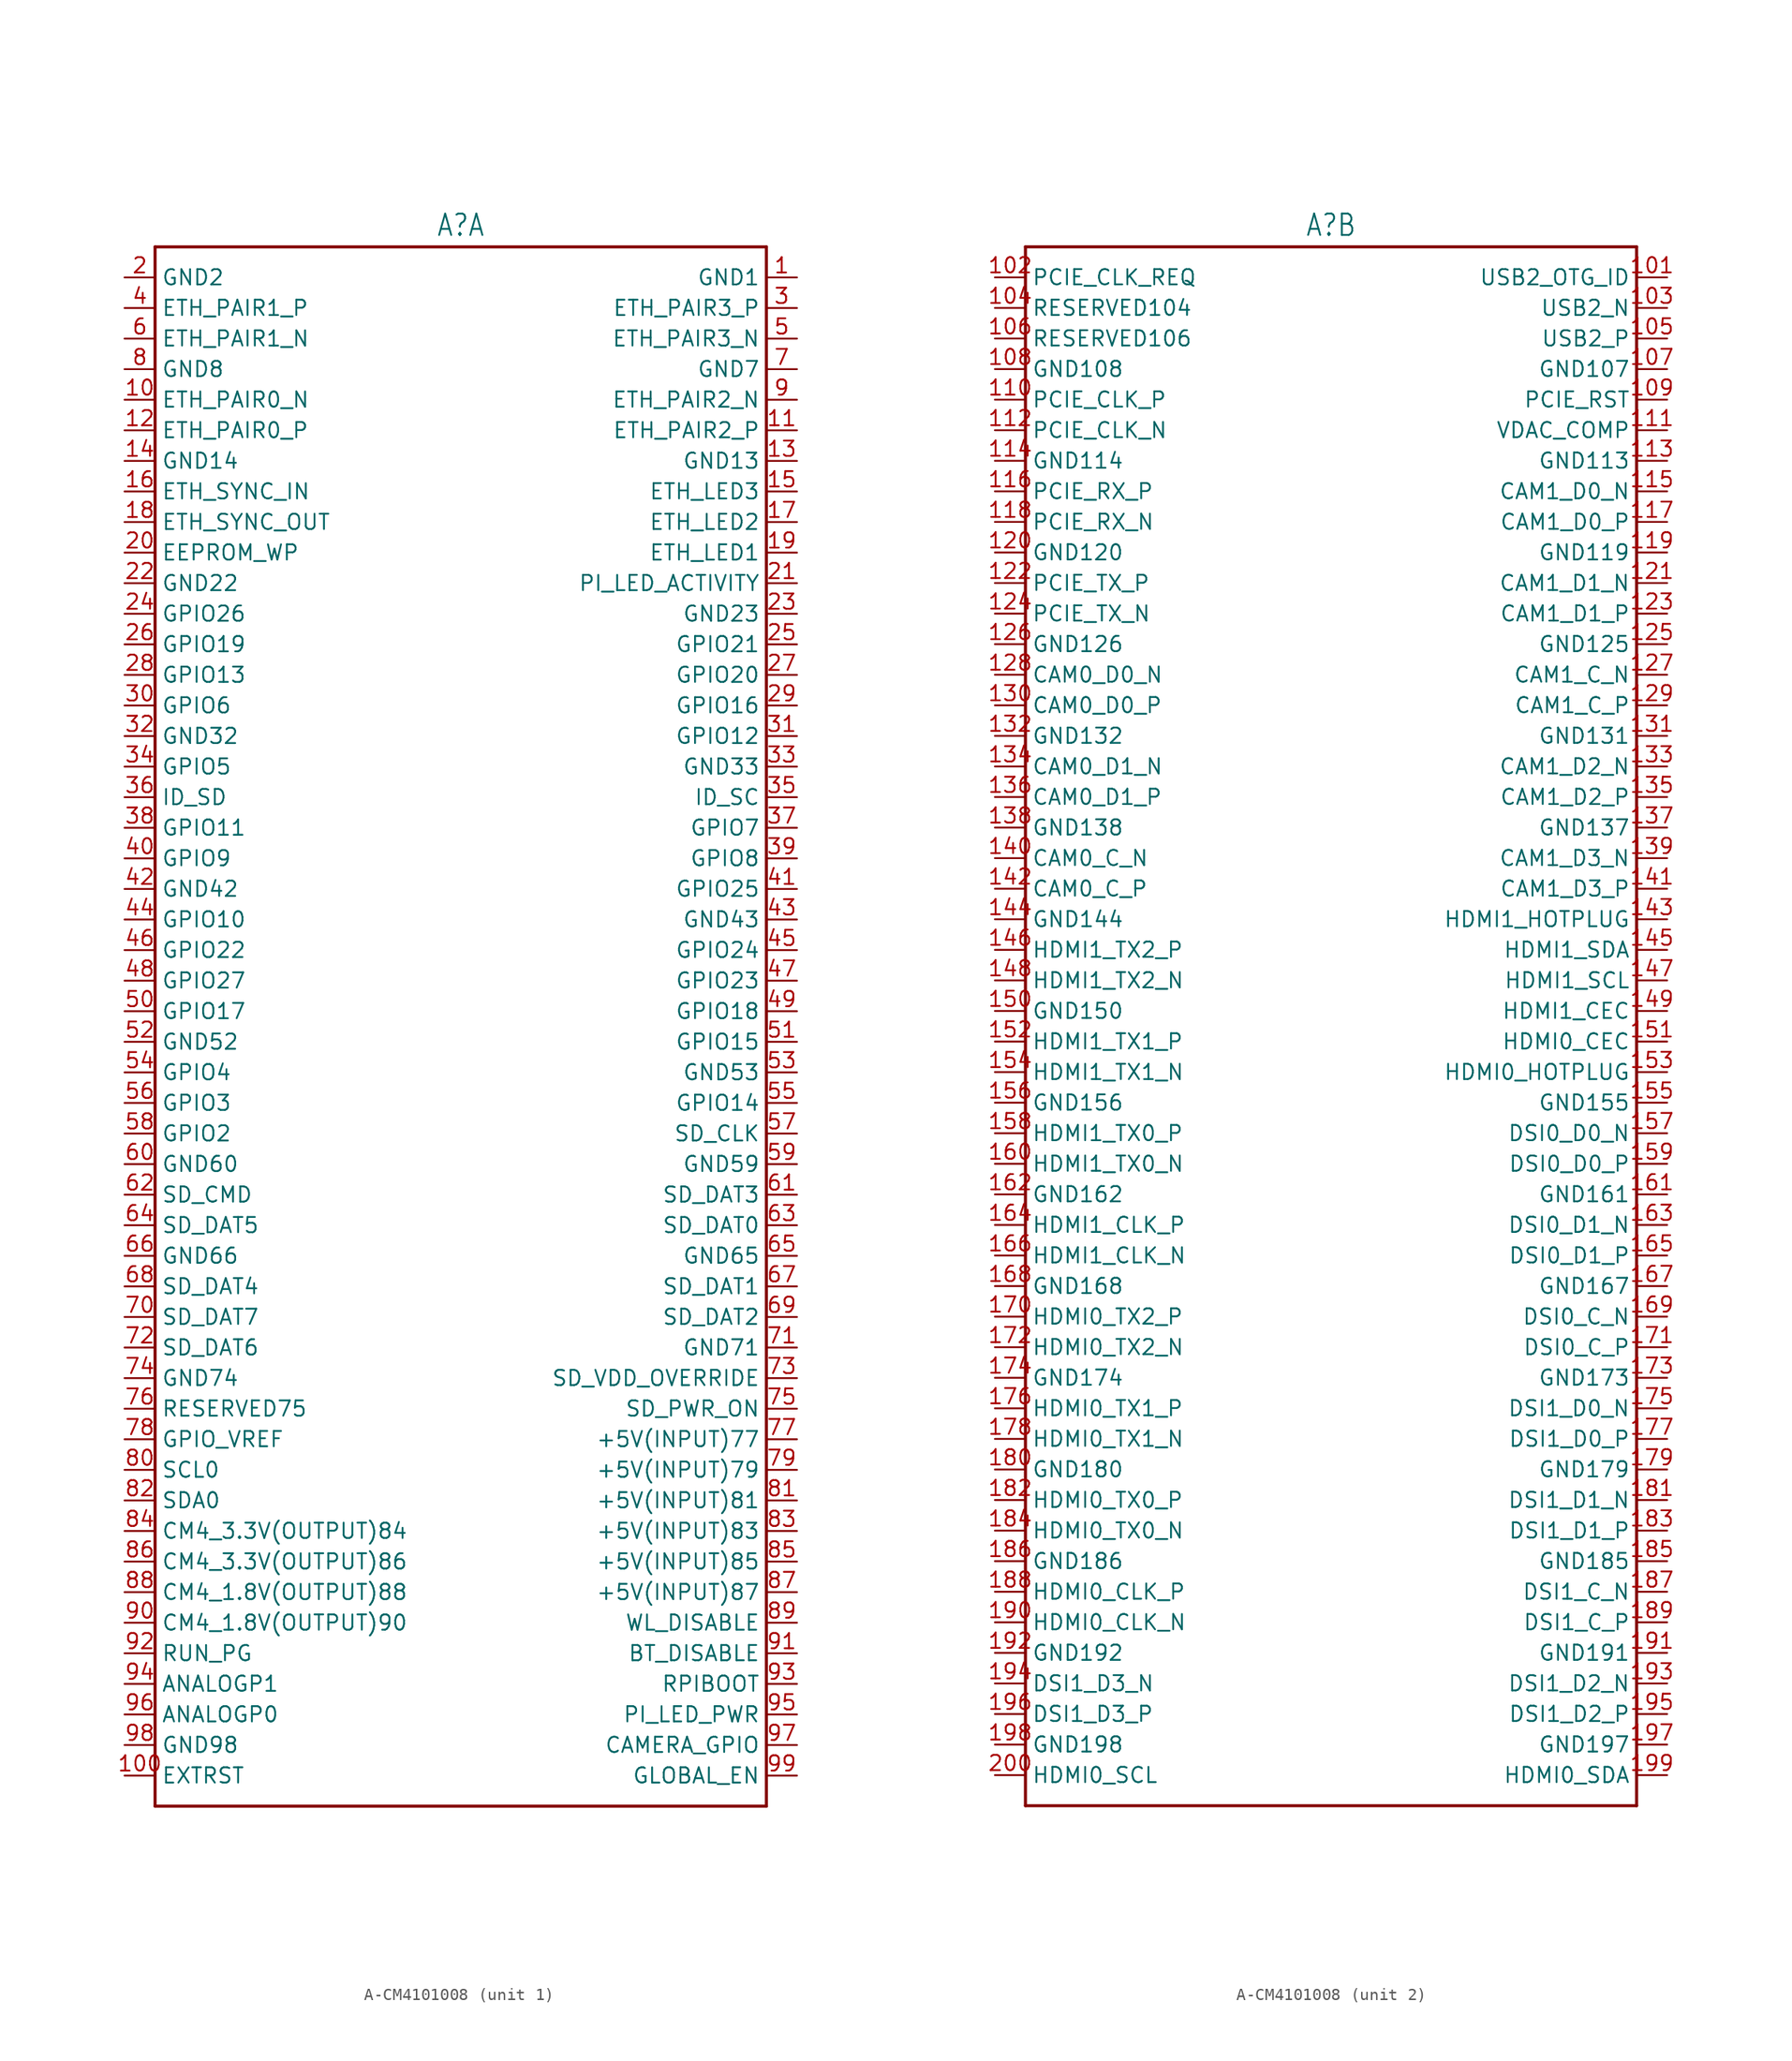
<source format=kicad_sym>
(kicad_symbol_lib
  (version 20231120)
  (generator "kicad_symbol_editor")
  (generator_version "8.0")
  (symbol "A-CM4101008"
    (property "Reference" "A"
      (at 0 66.802 0)
      (effects (font (size 1.778 1.511)) (justify bottom)))
    (property "Value" ""
      (at 0 -64.262 0)
      (effects (font (size 1.778 1.511)) (justify top)))
    (property "ki_locked" ""
      (at 0 0 0)
      (effects (font (size 1.27 1.27))))
    (symbol "A-CM4101008_1_0"
      (polyline (pts (xy -25.4 -63.5) (xy -25.4 66.04)) (stroke (width 0.254) (type solid)) (fill (type none)))
      (polyline (pts (xy -25.4 66.04) (xy 25.4 66.04)) (stroke (width 0.254) (type solid)) (fill (type none)))
      (polyline (pts (xy 25.4 -63.5) (xy -25.4 -63.5)) (stroke (width 0.254) (type solid)) (fill (type none)))
      (polyline (pts (xy 25.4 66.04) (xy 25.4 -63.5)) (stroke (width 0.254) (type solid)) (fill (type none)))
      (pin passive line (at 27.94 63.5 180) (length 2.54) (name "GND1" (effects (font (size 1.27 1.27)))) (number "1" (effects (font (size 1.27 1.27)))))
      (pin passive line (at -27.94 53.34 0) (length 2.54) (name "ETH_PAIR0_N" (effects (font (size 1.27 1.27)))) (number "10" (effects (font (size 1.27 1.27)))))
      (pin passive line (at -27.94 -60.96 0) (length 2.54) (name "EXTRST" (effects (font (size 1.27 1.27)))) (number "100" (effects (font (size 1.27 1.27)))))
      (pin passive line (at 27.94 50.8 180) (length 2.54) (name "ETH_PAIR2_P" (effects (font (size 1.27 1.27)))) (number "11" (effects (font (size 1.27 1.27)))))
      (pin passive line (at -27.94 50.8 0) (length 2.54) (name "ETH_PAIR0_P" (effects (font (size 1.27 1.27)))) (number "12" (effects (font (size 1.27 1.27)))))
      (pin passive line (at 27.94 48.26 180) (length 2.54) (name "GND13" (effects (font (size 1.27 1.27)))) (number "13" (effects (font (size 1.27 1.27)))))
      (pin passive line (at -27.94 48.26 0) (length 2.54) (name "GND14" (effects (font (size 1.27 1.27)))) (number "14" (effects (font (size 1.27 1.27)))))
      (pin passive line (at 27.94 45.72 180) (length 2.54) (name "ETH_LED3" (effects (font (size 1.27 1.27)))) (number "15" (effects (font (size 1.27 1.27)))))
      (pin passive line (at -27.94 45.72 0) (length 2.54) (name "ETH_SYNC_IN" (effects (font (size 1.27 1.27)))) (number "16" (effects (font (size 1.27 1.27)))))
      (pin passive line (at 27.94 43.18 180) (length 2.54) (name "ETH_LED2" (effects (font (size 1.27 1.27)))) (number "17" (effects (font (size 1.27 1.27)))))
      (pin passive line (at -27.94 43.18 0) (length 2.54) (name "ETH_SYNC_OUT" (effects (font (size 1.27 1.27)))) (number "18" (effects (font (size 1.27 1.27)))))
      (pin passive line (at 27.94 40.64 180) (length 2.54) (name "ETH_LED1" (effects (font (size 1.27 1.27)))) (number "19" (effects (font (size 1.27 1.27)))))
      (pin passive line (at -27.94 63.5 0) (length 2.54) (name "GND2" (effects (font (size 1.27 1.27)))) (number "2" (effects (font (size 1.27 1.27)))))
      (pin passive line (at -27.94 40.64 0) (length 2.54) (name "EEPROM_WP" (effects (font (size 1.27 1.27)))) (number "20" (effects (font (size 1.27 1.27)))))
      (pin passive line (at 27.94 38.1 180) (length 2.54) (name "PI_LED_ACTIVITY" (effects (font (size 1.27 1.27)))) (number "21" (effects (font (size 1.27 1.27)))))
      (pin passive line (at -27.94 38.1 0) (length 2.54) (name "GND22" (effects (font (size 1.27 1.27)))) (number "22" (effects (font (size 1.27 1.27)))))
      (pin passive line (at 27.94 35.56 180) (length 2.54) (name "GND23" (effects (font (size 1.27 1.27)))) (number "23" (effects (font (size 1.27 1.27)))))
      (pin passive line (at -27.94 35.56 0) (length 2.54) (name "GPIO26" (effects (font (size 1.27 1.27)))) (number "24" (effects (font (size 1.27 1.27)))))
      (pin passive line (at 27.94 33.02 180) (length 2.54) (name "GPIO21" (effects (font (size 1.27 1.27)))) (number "25" (effects (font (size 1.27 1.27)))))
      (pin passive line (at -27.94 33.02 0) (length 2.54) (name "GPIO19" (effects (font (size 1.27 1.27)))) (number "26" (effects (font (size 1.27 1.27)))))
      (pin passive line (at 27.94 30.48 180) (length 2.54) (name "GPIO20" (effects (font (size 1.27 1.27)))) (number "27" (effects (font (size 1.27 1.27)))))
      (pin passive line (at -27.94 30.48 0) (length 2.54) (name "GPIO13" (effects (font (size 1.27 1.27)))) (number "28" (effects (font (size 1.27 1.27)))))
      (pin passive line (at 27.94 27.94 180) (length 2.54) (name "GPIO16" (effects (font (size 1.27 1.27)))) (number "29" (effects (font (size 1.27 1.27)))))
      (pin passive line (at 27.94 60.96 180) (length 2.54) (name "ETH_PAIR3_P" (effects (font (size 1.27 1.27)))) (number "3" (effects (font (size 1.27 1.27)))))
      (pin passive line (at -27.94 27.94 0) (length 2.54) (name "GPIO6" (effects (font (size 1.27 1.27)))) (number "30" (effects (font (size 1.27 1.27)))))
      (pin passive line (at 27.94 25.4 180) (length 2.54) (name "GPIO12" (effects (font (size 1.27 1.27)))) (number "31" (effects (font (size 1.27 1.27)))))
      (pin passive line (at -27.94 25.4 0) (length 2.54) (name "GND32" (effects (font (size 1.27 1.27)))) (number "32" (effects (font (size 1.27 1.27)))))
      (pin passive line (at 27.94 22.86 180) (length 2.54) (name "GND33" (effects (font (size 1.27 1.27)))) (number "33" (effects (font (size 1.27 1.27)))))
      (pin passive line (at -27.94 22.86 0) (length 2.54) (name "GPIO5" (effects (font (size 1.27 1.27)))) (number "34" (effects (font (size 1.27 1.27)))))
      (pin passive line (at 27.94 20.32 180) (length 2.54) (name "ID_SC" (effects (font (size 1.27 1.27)))) (number "35" (effects (font (size 1.27 1.27)))))
      (pin passive line (at -27.94 20.32 0) (length 2.54) (name "ID_SD" (effects (font (size 1.27 1.27)))) (number "36" (effects (font (size 1.27 1.27)))))
      (pin passive line (at 27.94 17.78 180) (length 2.54) (name "GPIO7" (effects (font (size 1.27 1.27)))) (number "37" (effects (font (size 1.27 1.27)))))
      (pin passive line (at -27.94 17.78 0) (length 2.54) (name "GPIO11" (effects (font (size 1.27 1.27)))) (number "38" (effects (font (size 1.27 1.27)))))
      (pin passive line (at 27.94 15.24 180) (length 2.54) (name "GPIO8" (effects (font (size 1.27 1.27)))) (number "39" (effects (font (size 1.27 1.27)))))
      (pin passive line (at -27.94 60.96 0) (length 2.54) (name "ETH_PAIR1_P" (effects (font (size 1.27 1.27)))) (number "4" (effects (font (size 1.27 1.27)))))
      (pin passive line (at -27.94 15.24 0) (length 2.54) (name "GPIO9" (effects (font (size 1.27 1.27)))) (number "40" (effects (font (size 1.27 1.27)))))
      (pin passive line (at 27.94 12.7 180) (length 2.54) (name "GPIO25" (effects (font (size 1.27 1.27)))) (number "41" (effects (font (size 1.27 1.27)))))
      (pin passive line (at -27.94 12.7 0) (length 2.54) (name "GND42" (effects (font (size 1.27 1.27)))) (number "42" (effects (font (size 1.27 1.27)))))
      (pin passive line (at 27.94 10.16 180) (length 2.54) (name "GND43" (effects (font (size 1.27 1.27)))) (number "43" (effects (font (size 1.27 1.27)))))
      (pin passive line (at -27.94 10.16 0) (length 2.54) (name "GPIO10" (effects (font (size 1.27 1.27)))) (number "44" (effects (font (size 1.27 1.27)))))
      (pin passive line (at 27.94 7.62 180) (length 2.54) (name "GPIO24" (effects (font (size 1.27 1.27)))) (number "45" (effects (font (size 1.27 1.27)))))
      (pin passive line (at -27.94 7.62 0) (length 2.54) (name "GPIO22" (effects (font (size 1.27 1.27)))) (number "46" (effects (font (size 1.27 1.27)))))
      (pin passive line (at 27.94 5.08 180) (length 2.54) (name "GPIO23" (effects (font (size 1.27 1.27)))) (number "47" (effects (font (size 1.27 1.27)))))
      (pin passive line (at -27.94 5.08 0) (length 2.54) (name "GPIO27" (effects (font (size 1.27 1.27)))) (number "48" (effects (font (size 1.27 1.27)))))
      (pin passive line (at 27.94 2.54 180) (length 2.54) (name "GPIO18" (effects (font (size 1.27 1.27)))) (number "49" (effects (font (size 1.27 1.27)))))
      (pin passive line (at 27.94 58.42 180) (length 2.54) (name "ETH_PAIR3_N" (effects (font (size 1.27 1.27)))) (number "5" (effects (font (size 1.27 1.27)))))
      (pin passive line (at -27.94 2.54 0) (length 2.54) (name "GPIO17" (effects (font (size 1.27 1.27)))) (number "50" (effects (font (size 1.27 1.27)))))
      (pin passive line (at 27.94 0 180) (length 2.54) (name "GPIO15" (effects (font (size 1.27 1.27)))) (number "51" (effects (font (size 1.27 1.27)))))
      (pin passive line (at -27.94 0 0) (length 2.54) (name "GND52" (effects (font (size 1.27 1.27)))) (number "52" (effects (font (size 1.27 1.27)))))
      (pin passive line (at 27.94 -2.54 180) (length 2.54) (name "GND53" (effects (font (size 1.27 1.27)))) (number "53" (effects (font (size 1.27 1.27)))))
      (pin passive line (at -27.94 -2.54 0) (length 2.54) (name "GPIO4" (effects (font (size 1.27 1.27)))) (number "54" (effects (font (size 1.27 1.27)))))
      (pin passive line (at 27.94 -5.08 180) (length 2.54) (name "GPIO14" (effects (font (size 1.27 1.27)))) (number "55" (effects (font (size 1.27 1.27)))))
      (pin passive line (at -27.94 -5.08 0) (length 2.54) (name "GPIO3" (effects (font (size 1.27 1.27)))) (number "56" (effects (font (size 1.27 1.27)))))
      (pin passive line (at 27.94 -7.62 180) (length 2.54) (name "SD_CLK" (effects (font (size 1.27 1.27)))) (number "57" (effects (font (size 1.27 1.27)))))
      (pin passive line (at -27.94 -7.62 0) (length 2.54) (name "GPIO2" (effects (font (size 1.27 1.27)))) (number "58" (effects (font (size 1.27 1.27)))))
      (pin passive line (at 27.94 -10.16 180) (length 2.54) (name "GND59" (effects (font (size 1.27 1.27)))) (number "59" (effects (font (size 1.27 1.27)))))
      (pin passive line (at -27.94 58.42 0) (length 2.54) (name "ETH_PAIR1_N" (effects (font (size 1.27 1.27)))) (number "6" (effects (font (size 1.27 1.27)))))
      (pin passive line (at -27.94 -10.16 0) (length 2.54) (name "GND60" (effects (font (size 1.27 1.27)))) (number "60" (effects (font (size 1.27 1.27)))))
      (pin passive line (at 27.94 -12.7 180) (length 2.54) (name "SD_DAT3" (effects (font (size 1.27 1.27)))) (number "61" (effects (font (size 1.27 1.27)))))
      (pin passive line (at -27.94 -12.7 0) (length 2.54) (name "SD_CMD" (effects (font (size 1.27 1.27)))) (number "62" (effects (font (size 1.27 1.27)))))
      (pin passive line (at 27.94 -15.24 180) (length 2.54) (name "SD_DAT0" (effects (font (size 1.27 1.27)))) (number "63" (effects (font (size 1.27 1.27)))))
      (pin passive line (at -27.94 -15.24 0) (length 2.54) (name "SD_DAT5" (effects (font (size 1.27 1.27)))) (number "64" (effects (font (size 1.27 1.27)))))
      (pin passive line (at 27.94 -17.78 180) (length 2.54) (name "GND65" (effects (font (size 1.27 1.27)))) (number "65" (effects (font (size 1.27 1.27)))))
      (pin passive line (at -27.94 -17.78 0) (length 2.54) (name "GND66" (effects (font (size 1.27 1.27)))) (number "66" (effects (font (size 1.27 1.27)))))
      (pin passive line (at 27.94 -20.32 180) (length 2.54) (name "SD_DAT1" (effects (font (size 1.27 1.27)))) (number "67" (effects (font (size 1.27 1.27)))))
      (pin passive line (at -27.94 -20.32 0) (length 2.54) (name "SD_DAT4" (effects (font (size 1.27 1.27)))) (number "68" (effects (font (size 1.27 1.27)))))
      (pin passive line (at 27.94 -22.86 180) (length 2.54) (name "SD_DAT2" (effects (font (size 1.27 1.27)))) (number "69" (effects (font (size 1.27 1.27)))))
      (pin passive line (at 27.94 55.88 180) (length 2.54) (name "GND7" (effects (font (size 1.27 1.27)))) (number "7" (effects (font (size 1.27 1.27)))))
      (pin passive line (at -27.94 -22.86 0) (length 2.54) (name "SD_DAT7" (effects (font (size 1.27 1.27)))) (number "70" (effects (font (size 1.27 1.27)))))
      (pin passive line (at 27.94 -25.4 180) (length 2.54) (name "GND71" (effects (font (size 1.27 1.27)))) (number "71" (effects (font (size 1.27 1.27)))))
      (pin passive line (at -27.94 -25.4 0) (length 2.54) (name "SD_DAT6" (effects (font (size 1.27 1.27)))) (number "72" (effects (font (size 1.27 1.27)))))
      (pin passive line (at 27.94 -27.94 180) (length 2.54) (name "SD_VDD_OVERRIDE" (effects (font (size 1.27 1.27)))) (number "73" (effects (font (size 1.27 1.27)))))
      (pin passive line (at -27.94 -27.94 0) (length 2.54) (name "GND74" (effects (font (size 1.27 1.27)))) (number "74" (effects (font (size 1.27 1.27)))))
      (pin passive line (at 27.94 -30.48 180) (length 2.54) (name "SD_PWR_ON" (effects (font (size 1.27 1.27)))) (number "75" (effects (font (size 1.27 1.27)))))
      (pin passive line (at -27.94 -30.48 0) (length 2.54) (name "RESERVED75" (effects (font (size 1.27 1.27)))) (number "76" (effects (font (size 1.27 1.27)))))
      (pin passive line (at 27.94 -33.02 180) (length 2.54) (name "+5V(INPUT)77" (effects (font (size 1.27 1.27)))) (number "77" (effects (font (size 1.27 1.27)))))
      (pin passive line (at -27.94 -33.02 0) (length 2.54) (name "GPIO_VREF" (effects (font (size 1.27 1.27)))) (number "78" (effects (font (size 1.27 1.27)))))
      (pin passive line (at 27.94 -35.56 180) (length 2.54) (name "+5V(INPUT)79" (effects (font (size 1.27 1.27)))) (number "79" (effects (font (size 1.27 1.27)))))
      (pin passive line (at -27.94 55.88 0) (length 2.54) (name "GND8" (effects (font (size 1.27 1.27)))) (number "8" (effects (font (size 1.27 1.27)))))
      (pin passive line (at -27.94 -35.56 0) (length 2.54) (name "SCL0" (effects (font (size 1.27 1.27)))) (number "80" (effects (font (size 1.27 1.27)))))
      (pin passive line (at 27.94 -38.1 180) (length 2.54) (name "+5V(INPUT)81" (effects (font (size 1.27 1.27)))) (number "81" (effects (font (size 1.27 1.27)))))
      (pin passive line (at -27.94 -38.1 0) (length 2.54) (name "SDA0" (effects (font (size 1.27 1.27)))) (number "82" (effects (font (size 1.27 1.27)))))
      (pin passive line (at 27.94 -40.64 180) (length 2.54) (name "+5V(INPUT)83" (effects (font (size 1.27 1.27)))) (number "83" (effects (font (size 1.27 1.27)))))
      (pin passive line (at -27.94 -40.64 0) (length 2.54) (name "CM4_3.3V(OUTPUT)84" (effects (font (size 1.27 1.27)))) (number "84" (effects (font (size 1.27 1.27)))))
      (pin passive line (at 27.94 -43.18 180) (length 2.54) (name "+5V(INPUT)85" (effects (font (size 1.27 1.27)))) (number "85" (effects (font (size 1.27 1.27)))))
      (pin passive line (at -27.94 -43.18 0) (length 2.54) (name "CM4_3.3V(OUTPUT)86" (effects (font (size 1.27 1.27)))) (number "86" (effects (font (size 1.27 1.27)))))
      (pin passive line (at 27.94 -45.72 180) (length 2.54) (name "+5V(INPUT)87" (effects (font (size 1.27 1.27)))) (number "87" (effects (font (size 1.27 1.27)))))
      (pin passive line (at -27.94 -45.72 0) (length 2.54) (name "CM4_1.8V(OUTPUT)88" (effects (font (size 1.27 1.27)))) (number "88" (effects (font (size 1.27 1.27)))))
      (pin passive line (at 27.94 -48.26 180) (length 2.54) (name "WL_DISABLE" (effects (font (size 1.27 1.27)))) (number "89" (effects (font (size 1.27 1.27)))))
      (pin passive line (at 27.94 53.34 180) (length 2.54) (name "ETH_PAIR2_N" (effects (font (size 1.27 1.27)))) (number "9" (effects (font (size 1.27 1.27)))))
      (pin passive line (at -27.94 -48.26 0) (length 2.54) (name "CM4_1.8V(OUTPUT)90" (effects (font (size 1.27 1.27)))) (number "90" (effects (font (size 1.27 1.27)))))
      (pin passive line (at 27.94 -50.8 180) (length 2.54) (name "BT_DISABLE" (effects (font (size 1.27 1.27)))) (number "91" (effects (font (size 1.27 1.27)))))
      (pin passive line (at -27.94 -50.8 0) (length 2.54) (name "RUN_PG" (effects (font (size 1.27 1.27)))) (number "92" (effects (font (size 1.27 1.27)))))
      (pin passive line (at 27.94 -53.34 180) (length 2.54) (name "RPIBOOT" (effects (font (size 1.27 1.27)))) (number "93" (effects (font (size 1.27 1.27)))))
      (pin passive line (at -27.94 -53.34 0) (length 2.54) (name "ANALOGP1" (effects (font (size 1.27 1.27)))) (number "94" (effects (font (size 1.27 1.27)))))
      (pin passive line (at 27.94 -55.88 180) (length 2.54) (name "PI_LED_PWR" (effects (font (size 1.27 1.27)))) (number "95" (effects (font (size 1.27 1.27)))))
      (pin passive line (at -27.94 -55.88 0) (length 2.54) (name "ANALOGP0" (effects (font (size 1.27 1.27)))) (number "96" (effects (font (size 1.27 1.27)))))
      (pin passive line (at 27.94 -58.42 180) (length 2.54) (name "CAMERA_GPIO" (effects (font (size 1.27 1.27)))) (number "97" (effects (font (size 1.27 1.27)))))
      (pin passive line (at -27.94 -58.42 0) (length 2.54) (name "GND98" (effects (font (size 1.27 1.27)))) (number "98" (effects (font (size 1.27 1.27)))))
      (pin passive line (at 27.94 -60.96 180) (length 2.54) (name "GLOBAL_EN" (effects (font (size 1.27 1.27)))) (number "99" (effects (font (size 1.27 1.27))))))
    (symbol "A-CM4101008_2_0"
      (polyline (pts (xy -25.4 -63.5) (xy -25.4 66.04)) (stroke (width 0.254) (type solid)) (fill (type none)))
      (polyline (pts (xy -25.4 66.04) (xy 25.4 66.04)) (stroke (width 0.254) (type solid)) (fill (type none)))
      (polyline (pts (xy 25.4 -63.5) (xy -25.4 -63.5)) (stroke (width 0.254) (type solid)) (fill (type none)))
      (polyline (pts (xy 25.4 66.04) (xy 25.4 -63.5)) (stroke (width 0.254) (type solid)) (fill (type none)))
      (pin passive line (at 27.94 63.5 180) (length 2.54) (name "USB2_OTG_ID" (effects (font (size 1.27 1.27)))) (number "101" (effects (font (size 1.27 1.27)))))
      (pin passive line (at -27.94 63.5 0) (length 2.54) (name "PCIE_CLK_REQ" (effects (font (size 1.27 1.27)))) (number "102" (effects (font (size 1.27 1.27)))))
      (pin passive line (at 27.94 60.96 180) (length 2.54) (name "USB2_N" (effects (font (size 1.27 1.27)))) (number "103" (effects (font (size 1.27 1.27)))))
      (pin passive line (at -27.94 60.96 0) (length 2.54) (name "RESERVED104" (effects (font (size 1.27 1.27)))) (number "104" (effects (font (size 1.27 1.27)))))
      (pin passive line (at 27.94 58.42 180) (length 2.54) (name "USB2_P" (effects (font (size 1.27 1.27)))) (number "105" (effects (font (size 1.27 1.27)))))
      (pin passive line (at -27.94 58.42 0) (length 2.54) (name "RESERVED106" (effects (font (size 1.27 1.27)))) (number "106" (effects (font (size 1.27 1.27)))))
      (pin passive line (at 27.94 55.88 180) (length 2.54) (name "GND107" (effects (font (size 1.27 1.27)))) (number "107" (effects (font (size 1.27 1.27)))))
      (pin passive line (at -27.94 55.88 0) (length 2.54) (name "GND108" (effects (font (size 1.27 1.27)))) (number "108" (effects (font (size 1.27 1.27)))))
      (pin passive line (at 27.94 53.34 180) (length 2.54) (name "PCIE_RST" (effects (font (size 1.27 1.27)))) (number "109" (effects (font (size 1.27 1.27)))))
      (pin passive line (at -27.94 53.34 0) (length 2.54) (name "PCIE_CLK_P" (effects (font (size 1.27 1.27)))) (number "110" (effects (font (size 1.27 1.27)))))
      (pin passive line (at 27.94 50.8 180) (length 2.54) (name "VDAC_COMP" (effects (font (size 1.27 1.27)))) (number "111" (effects (font (size 1.27 1.27)))))
      (pin passive line (at -27.94 50.8 0) (length 2.54) (name "PCIE_CLK_N" (effects (font (size 1.27 1.27)))) (number "112" (effects (font (size 1.27 1.27)))))
      (pin passive line (at 27.94 48.26 180) (length 2.54) (name "GND113" (effects (font (size 1.27 1.27)))) (number "113" (effects (font (size 1.27 1.27)))))
      (pin passive line (at -27.94 48.26 0) (length 2.54) (name "GND114" (effects (font (size 1.27 1.27)))) (number "114" (effects (font (size 1.27 1.27)))))
      (pin passive line (at 27.94 45.72 180) (length 2.54) (name "CAM1_D0_N" (effects (font (size 1.27 1.27)))) (number "115" (effects (font (size 1.27 1.27)))))
      (pin passive line (at -27.94 45.72 0) (length 2.54) (name "PCIE_RX_P" (effects (font (size 1.27 1.27)))) (number "116" (effects (font (size 1.27 1.27)))))
      (pin passive line (at 27.94 43.18 180) (length 2.54) (name "CAM1_D0_P" (effects (font (size 1.27 1.27)))) (number "117" (effects (font (size 1.27 1.27)))))
      (pin passive line (at -27.94 43.18 0) (length 2.54) (name "PCIE_RX_N" (effects (font (size 1.27 1.27)))) (number "118" (effects (font (size 1.27 1.27)))))
      (pin passive line (at 27.94 40.64 180) (length 2.54) (name "GND119" (effects (font (size 1.27 1.27)))) (number "119" (effects (font (size 1.27 1.27)))))
      (pin passive line (at -27.94 40.64 0) (length 2.54) (name "GND120" (effects (font (size 1.27 1.27)))) (number "120" (effects (font (size 1.27 1.27)))))
      (pin passive line (at 27.94 38.1 180) (length 2.54) (name "CAM1_D1_N" (effects (font (size 1.27 1.27)))) (number "121" (effects (font (size 1.27 1.27)))))
      (pin passive line (at -27.94 38.1 0) (length 2.54) (name "PCIE_TX_P" (effects (font (size 1.27 1.27)))) (number "122" (effects (font (size 1.27 1.27)))))
      (pin passive line (at 27.94 35.56 180) (length 2.54) (name "CAM1_D1_P" (effects (font (size 1.27 1.27)))) (number "123" (effects (font (size 1.27 1.27)))))
      (pin passive line (at -27.94 35.56 0) (length 2.54) (name "PCIE_TX_N" (effects (font (size 1.27 1.27)))) (number "124" (effects (font (size 1.27 1.27)))))
      (pin passive line (at 27.94 33.02 180) (length 2.54) (name "GND125" (effects (font (size 1.27 1.27)))) (number "125" (effects (font (size 1.27 1.27)))))
      (pin passive line (at -27.94 33.02 0) (length 2.54) (name "GND126" (effects (font (size 1.27 1.27)))) (number "126" (effects (font (size 1.27 1.27)))))
      (pin passive line (at 27.94 30.48 180) (length 2.54) (name "CAM1_C_N" (effects (font (size 1.27 1.27)))) (number "127" (effects (font (size 1.27 1.27)))))
      (pin passive line (at -27.94 30.48 0) (length 2.54) (name "CAM0_D0_N" (effects (font (size 1.27 1.27)))) (number "128" (effects (font (size 1.27 1.27)))))
      (pin passive line (at 27.94 27.94 180) (length 2.54) (name "CAM1_C_P" (effects (font (size 1.27 1.27)))) (number "129" (effects (font (size 1.27 1.27)))))
      (pin passive line (at -27.94 27.94 0) (length 2.54) (name "CAM0_D0_P" (effects (font (size 1.27 1.27)))) (number "130" (effects (font (size 1.27 1.27)))))
      (pin passive line (at 27.94 25.4 180) (length 2.54) (name "GND131" (effects (font (size 1.27 1.27)))) (number "131" (effects (font (size 1.27 1.27)))))
      (pin passive line (at -27.94 25.4 0) (length 2.54) (name "GND132" (effects (font (size 1.27 1.27)))) (number "132" (effects (font (size 1.27 1.27)))))
      (pin passive line (at 27.94 22.86 180) (length 2.54) (name "CAM1_D2_N" (effects (font (size 1.27 1.27)))) (number "133" (effects (font (size 1.27 1.27)))))
      (pin passive line (at -27.94 22.86 0) (length 2.54) (name "CAM0_D1_N" (effects (font (size 1.27 1.27)))) (number "134" (effects (font (size 1.27 1.27)))))
      (pin passive line (at 27.94 20.32 180) (length 2.54) (name "CAM1_D2_P" (effects (font (size 1.27 1.27)))) (number "135" (effects (font (size 1.27 1.27)))))
      (pin passive line (at -27.94 20.32 0) (length 2.54) (name "CAM0_D1_P" (effects (font (size 1.27 1.27)))) (number "136" (effects (font (size 1.27 1.27)))))
      (pin passive line (at 27.94 17.78 180) (length 2.54) (name "GND137" (effects (font (size 1.27 1.27)))) (number "137" (effects (font (size 1.27 1.27)))))
      (pin passive line (at -27.94 17.78 0) (length 2.54) (name "GND138" (effects (font (size 1.27 1.27)))) (number "138" (effects (font (size 1.27 1.27)))))
      (pin passive line (at 27.94 15.24 180) (length 2.54) (name "CAM1_D3_N" (effects (font (size 1.27 1.27)))) (number "139" (effects (font (size 1.27 1.27)))))
      (pin passive line (at -27.94 15.24 0) (length 2.54) (name "CAM0_C_N" (effects (font (size 1.27 1.27)))) (number "140" (effects (font (size 1.27 1.27)))))
      (pin passive line (at 27.94 12.7 180) (length 2.54) (name "CAM1_D3_P" (effects (font (size 1.27 1.27)))) (number "141" (effects (font (size 1.27 1.27)))))
      (pin passive line (at -27.94 12.7 0) (length 2.54) (name "CAM0_C_P" (effects (font (size 1.27 1.27)))) (number "142" (effects (font (size 1.27 1.27)))))
      (pin passive line (at 27.94 10.16 180) (length 2.54) (name "HDMI1_HOTPLUG" (effects (font (size 1.27 1.27)))) (number "143" (effects (font (size 1.27 1.27)))))
      (pin passive line (at -27.94 10.16 0) (length 2.54) (name "GND144" (effects (font (size 1.27 1.27)))) (number "144" (effects (font (size 1.27 1.27)))))
      (pin passive line (at 27.94 7.62 180) (length 2.54) (name "HDMI1_SDA" (effects (font (size 1.27 1.27)))) (number "145" (effects (font (size 1.27 1.27)))))
      (pin passive line (at -27.94 7.62 0) (length 2.54) (name "HDMI1_TX2_P" (effects (font (size 1.27 1.27)))) (number "146" (effects (font (size 1.27 1.27)))))
      (pin passive line (at 27.94 5.08 180) (length 2.54) (name "HDMI1_SCL" (effects (font (size 1.27 1.27)))) (number "147" (effects (font (size 1.27 1.27)))))
      (pin passive line (at -27.94 5.08 0) (length 2.54) (name "HDMI1_TX2_N" (effects (font (size 1.27 1.27)))) (number "148" (effects (font (size 1.27 1.27)))))
      (pin passive line (at 27.94 2.54 180) (length 2.54) (name "HDMI1_CEC" (effects (font (size 1.27 1.27)))) (number "149" (effects (font (size 1.27 1.27)))))
      (pin passive line (at -27.94 2.54 0) (length 2.54) (name "GND150" (effects (font (size 1.27 1.27)))) (number "150" (effects (font (size 1.27 1.27)))))
      (pin passive line (at 27.94 0 180) (length 2.54) (name "HDMI0_CEC" (effects (font (size 1.27 1.27)))) (number "151" (effects (font (size 1.27 1.27)))))
      (pin passive line (at -27.94 0 0) (length 2.54) (name "HDMI1_TX1_P" (effects (font (size 1.27 1.27)))) (number "152" (effects (font (size 1.27 1.27)))))
      (pin passive line (at 27.94 -2.54 180) (length 2.54) (name "HDMI0_HOTPLUG" (effects (font (size 1.27 1.27)))) (number "153" (effects (font (size 1.27 1.27)))))
      (pin passive line (at -27.94 -2.54 0) (length 2.54) (name "HDMI1_TX1_N" (effects (font (size 1.27 1.27)))) (number "154" (effects (font (size 1.27 1.27)))))
      (pin passive line (at 27.94 -5.08 180) (length 2.54) (name "GND155" (effects (font (size 1.27 1.27)))) (number "155" (effects (font (size 1.27 1.27)))))
      (pin passive line (at -27.94 -5.08 0) (length 2.54) (name "GND156" (effects (font (size 1.27 1.27)))) (number "156" (effects (font (size 1.27 1.27)))))
      (pin passive line (at 27.94 -7.62 180) (length 2.54) (name "DSI0_D0_N" (effects (font (size 1.27 1.27)))) (number "157" (effects (font (size 1.27 1.27)))))
      (pin passive line (at -27.94 -7.62 0) (length 2.54) (name "HDMI1_TX0_P" (effects (font (size 1.27 1.27)))) (number "158" (effects (font (size 1.27 1.27)))))
      (pin passive line (at 27.94 -10.16 180) (length 2.54) (name "DSI0_D0_P" (effects (font (size 1.27 1.27)))) (number "159" (effects (font (size 1.27 1.27)))))
      (pin passive line (at -27.94 -10.16 0) (length 2.54) (name "HDMI1_TX0_N" (effects (font (size 1.27 1.27)))) (number "160" (effects (font (size 1.27 1.27)))))
      (pin passive line (at 27.94 -12.7 180) (length 2.54) (name "GND161" (effects (font (size 1.27 1.27)))) (number "161" (effects (font (size 1.27 1.27)))))
      (pin passive line (at -27.94 -12.7 0) (length 2.54) (name "GND162" (effects (font (size 1.27 1.27)))) (number "162" (effects (font (size 1.27 1.27)))))
      (pin passive line (at 27.94 -15.24 180) (length 2.54) (name "DSI0_D1_N" (effects (font (size 1.27 1.27)))) (number "163" (effects (font (size 1.27 1.27)))))
      (pin passive line (at -27.94 -15.24 0) (length 2.54) (name "HDMI1_CLK_P" (effects (font (size 1.27 1.27)))) (number "164" (effects (font (size 1.27 1.27)))))
      (pin passive line (at 27.94 -17.78 180) (length 2.54) (name "DSI0_D1_P" (effects (font (size 1.27 1.27)))) (number "165" (effects (font (size 1.27 1.27)))))
      (pin passive line (at -27.94 -17.78 0) (length 2.54) (name "HDMI1_CLK_N" (effects (font (size 1.27 1.27)))) (number "166" (effects (font (size 1.27 1.27)))))
      (pin passive line (at 27.94 -20.32 180) (length 2.54) (name "GND167" (effects (font (size 1.27 1.27)))) (number "167" (effects (font (size 1.27 1.27)))))
      (pin passive line (at -27.94 -20.32 0) (length 2.54) (name "GND168" (effects (font (size 1.27 1.27)))) (number "168" (effects (font (size 1.27 1.27)))))
      (pin passive line (at 27.94 -22.86 180) (length 2.54) (name "DSI0_C_N" (effects (font (size 1.27 1.27)))) (number "169" (effects (font (size 1.27 1.27)))))
      (pin passive line (at -27.94 -22.86 0) (length 2.54) (name "HDMI0_TX2_P" (effects (font (size 1.27 1.27)))) (number "170" (effects (font (size 1.27 1.27)))))
      (pin passive line (at 27.94 -25.4 180) (length 2.54) (name "DSI0_C_P" (effects (font (size 1.27 1.27)))) (number "171" (effects (font (size 1.27 1.27)))))
      (pin passive line (at -27.94 -25.4 0) (length 2.54) (name "HDMI0_TX2_N" (effects (font (size 1.27 1.27)))) (number "172" (effects (font (size 1.27 1.27)))))
      (pin passive line (at 27.94 -27.94 180) (length 2.54) (name "GND173" (effects (font (size 1.27 1.27)))) (number "173" (effects (font (size 1.27 1.27)))))
      (pin passive line (at -27.94 -27.94 0) (length 2.54) (name "GND174" (effects (font (size 1.27 1.27)))) (number "174" (effects (font (size 1.27 1.27)))))
      (pin passive line (at 27.94 -30.48 180) (length 2.54) (name "DSI1_D0_N" (effects (font (size 1.27 1.27)))) (number "175" (effects (font (size 1.27 1.27)))))
      (pin passive line (at -27.94 -30.48 0) (length 2.54) (name "HDMI0_TX1_P" (effects (font (size 1.27 1.27)))) (number "176" (effects (font (size 1.27 1.27)))))
      (pin passive line (at 27.94 -33.02 180) (length 2.54) (name "DSI1_D0_P" (effects (font (size 1.27 1.27)))) (number "177" (effects (font (size 1.27 1.27)))))
      (pin passive line (at -27.94 -33.02 0) (length 2.54) (name "HDMI0_TX1_N" (effects (font (size 1.27 1.27)))) (number "178" (effects (font (size 1.27 1.27)))))
      (pin passive line (at 27.94 -35.56 180) (length 2.54) (name "GND179" (effects (font (size 1.27 1.27)))) (number "179" (effects (font (size 1.27 1.27)))))
      (pin passive line (at -27.94 -35.56 0) (length 2.54) (name "GND180" (effects (font (size 1.27 1.27)))) (number "180" (effects (font (size 1.27 1.27)))))
      (pin passive line (at 27.94 -38.1 180) (length 2.54) (name "DSI1_D1_N" (effects (font (size 1.27 1.27)))) (number "181" (effects (font (size 1.27 1.27)))))
      (pin passive line (at -27.94 -38.1 0) (length 2.54) (name "HDMI0_TX0_P" (effects (font (size 1.27 1.27)))) (number "182" (effects (font (size 1.27 1.27)))))
      (pin passive line (at 27.94 -40.64 180) (length 2.54) (name "DSI1_D1_P" (effects (font (size 1.27 1.27)))) (number "183" (effects (font (size 1.27 1.27)))))
      (pin passive line (at -27.94 -40.64 0) (length 2.54) (name "HDMI0_TX0_N" (effects (font (size 1.27 1.27)))) (number "184" (effects (font (size 1.27 1.27)))))
      (pin passive line (at 27.94 -43.18 180) (length 2.54) (name "GND185" (effects (font (size 1.27 1.27)))) (number "185" (effects (font (size 1.27 1.27)))))
      (pin passive line (at -27.94 -43.18 0) (length 2.54) (name "GND186" (effects (font (size 1.27 1.27)))) (number "186" (effects (font (size 1.27 1.27)))))
      (pin passive line (at 27.94 -45.72 180) (length 2.54) (name "DSI1_C_N" (effects (font (size 1.27 1.27)))) (number "187" (effects (font (size 1.27 1.27)))))
      (pin passive line (at -27.94 -45.72 0) (length 2.54) (name "HDMI0_CLK_P" (effects (font (size 1.27 1.27)))) (number "188" (effects (font (size 1.27 1.27)))))
      (pin passive line (at 27.94 -48.26 180) (length 2.54) (name "DSI1_C_P" (effects (font (size 1.27 1.27)))) (number "189" (effects (font (size 1.27 1.27)))))
      (pin passive line (at -27.94 -48.26 0) (length 2.54) (name "HDMI0_CLK_N" (effects (font (size 1.27 1.27)))) (number "190" (effects (font (size 1.27 1.27)))))
      (pin passive line (at 27.94 -50.8 180) (length 2.54) (name "GND191" (effects (font (size 1.27 1.27)))) (number "191" (effects (font (size 1.27 1.27)))))
      (pin passive line (at -27.94 -50.8 0) (length 2.54) (name "GND192" (effects (font (size 1.27 1.27)))) (number "192" (effects (font (size 1.27 1.27)))))
      (pin passive line (at 27.94 -53.34 180) (length 2.54) (name "DSI1_D2_N" (effects (font (size 1.27 1.27)))) (number "193" (effects (font (size 1.27 1.27)))))
      (pin passive line (at -27.94 -53.34 0) (length 2.54) (name "DSI1_D3_N" (effects (font (size 1.27 1.27)))) (number "194" (effects (font (size 1.27 1.27)))))
      (pin passive line (at 27.94 -55.88 180) (length 2.54) (name "DSI1_D2_P" (effects (font (size 1.27 1.27)))) (number "195" (effects (font (size 1.27 1.27)))))
      (pin passive line (at -27.94 -55.88 0) (length 2.54) (name "DSI1_D3_P" (effects (font (size 1.27 1.27)))) (number "196" (effects (font (size 1.27 1.27)))))
      (pin passive line (at 27.94 -58.42 180) (length 2.54) (name "GND197" (effects (font (size 1.27 1.27)))) (number "197" (effects (font (size 1.27 1.27)))))
      (pin passive line (at -27.94 -58.42 0) (length 2.54) (name "GND198" (effects (font (size 1.27 1.27)))) (number "198" (effects (font (size 1.27 1.27)))))
      (pin passive line (at 27.94 -60.96 180) (length 2.54) (name "HDMI0_SDA" (effects (font (size 1.27 1.27)))) (number "199" (effects (font (size 1.27 1.27)))))
      (pin passive line (at -27.94 -60.96 0) (length 2.54) (name "HDMI0_SCL" (effects (font (size 1.27 1.27)))) (number "200" (effects (font (size 1.27 1.27))))))))
</source>
